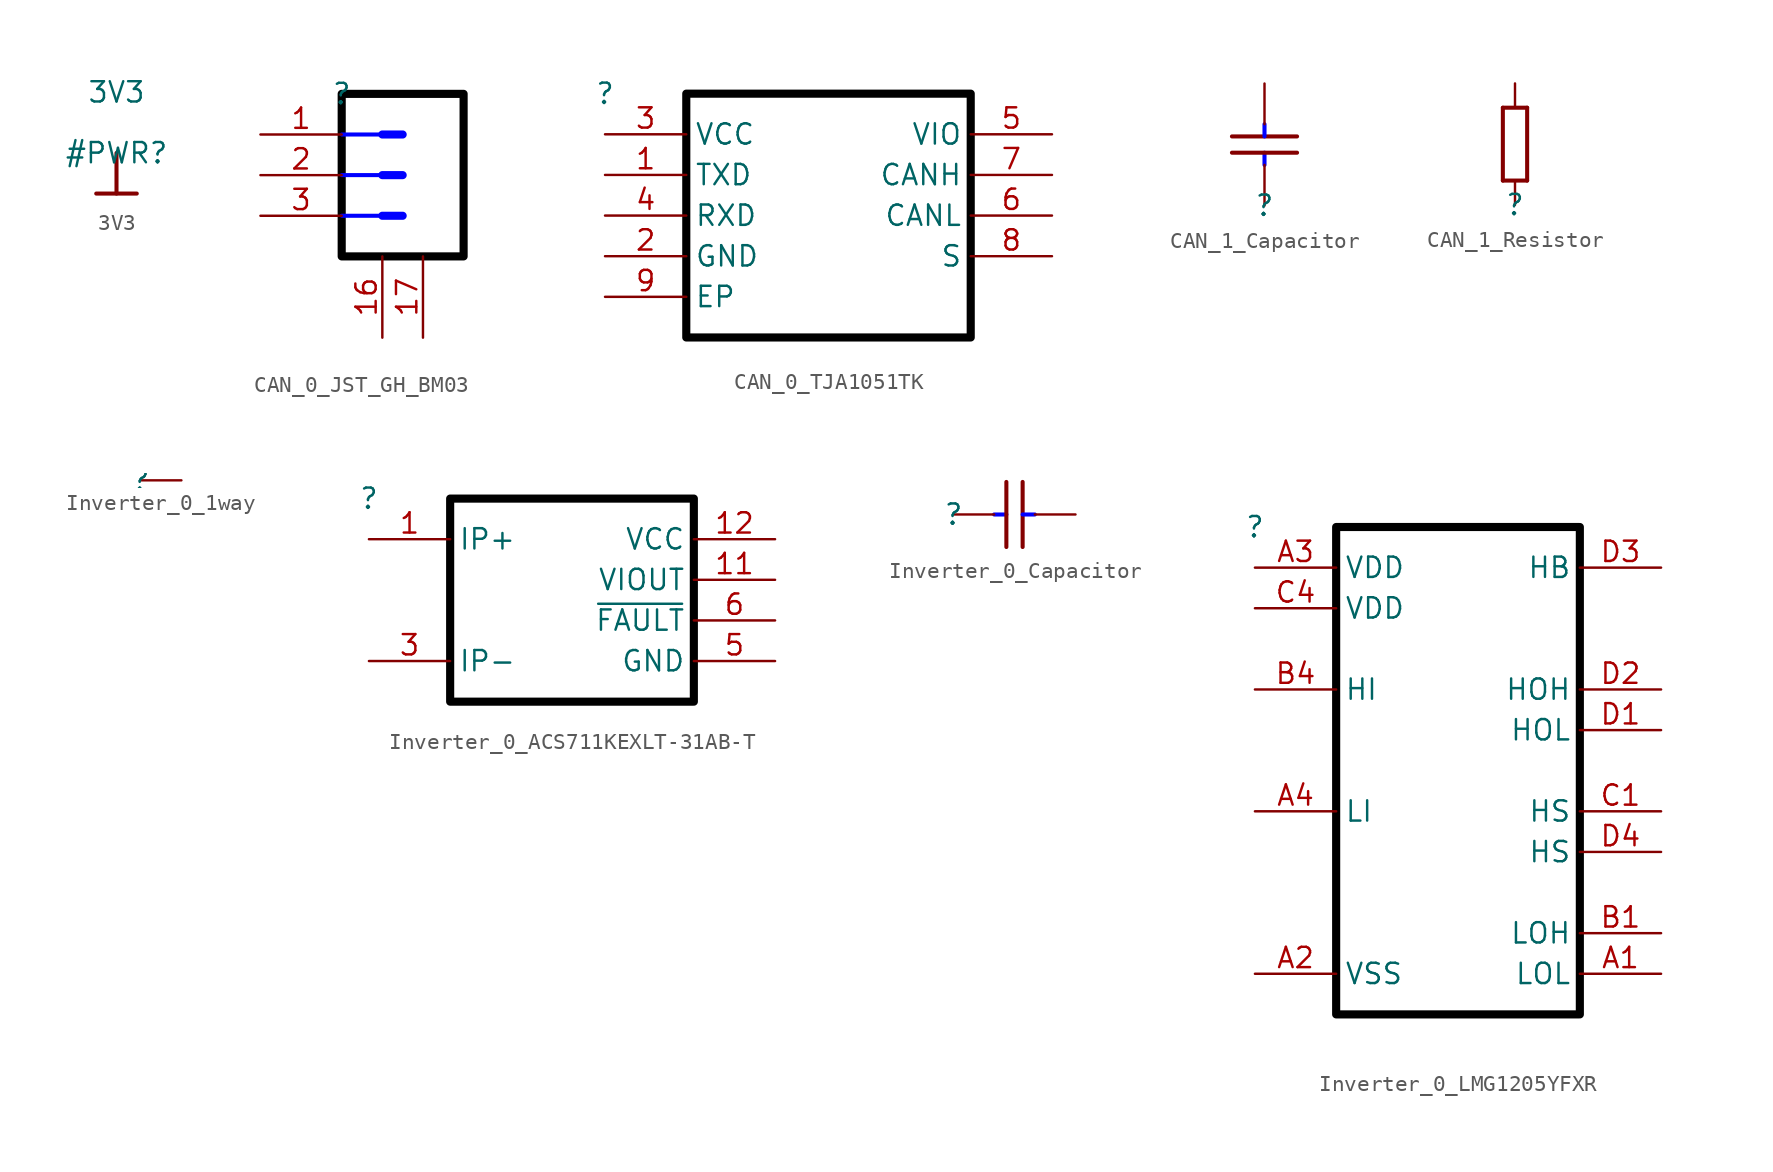
<source format=kicad_sym>
(kicad_symbol_lib
  (version 20220914)
  (generator kicad_symbol_editor)
  (symbol "3V3"
    (power)
    (property "Reference" "#PWR"
      (at 0 0 0)
      (effects (font (size 1.27 1.27))))
    (property "Value" "3V3"
      (at 0 3.81 0)
      (effects (font (size 1.27 1.27))))
    (symbol "3V3_0_0"
      (polyline (pts (xy -1.27 -2.54) (xy 1.27 -2.54)) (stroke (width 0.254) (type solid)) (fill (type none)))
      (polyline (pts (xy 0 0) (xy 0 -2.54)) (stroke (width 0.254) (type solid)) (fill (type none)))
      (pin power_in line (at 0 0 0) (length 0) hide (name "3V3" (effects (font (size 1.27 1.27)))) (number "" (effects (font (size 1.27 1.27)))))))
  (symbol "CAN_0_JST_GH_BM03"
    (property "Reference" ""
      (at 0 0 0)
      (effects (font (size 1.27 1.27))))
    (property "Value" ""
      (at 0 0 0)
      (effects (font (size 1.27 1.27))))
    (symbol "CAN_0_JST_GH_BM03_1_0"
      (polyline (pts (xy 0 -7.62) (xy 2.54 -7.62)) (stroke (width 0.254) (type solid) (color 0 0 255 1)) (fill (type none)))
      (polyline (pts (xy 0 -5.08) (xy 2.54 -5.08)) (stroke (width 0.254) (type solid) (color 0 0 255 1)) (fill (type none)))
      (polyline (pts (xy 0 -2.54) (xy 2.54 -2.54)) (stroke (width 0.254) (type solid) (color 0 0 255 1)) (fill (type none)))
      (polyline (pts (xy 3.81 -7.62) (xy 2.54 -7.62)) (stroke (width 0.508) (type solid) (color 0 0 255 1)) (fill (type none)))
      (polyline (pts (xy 3.81 -5.08) (xy 2.54 -5.08)) (stroke (width 0.508) (type solid) (color 0 0 255 1)) (fill (type none)))
      (polyline (pts (xy 3.81 -2.54) (xy 2.54 -2.54)) (stroke (width 0.508) (type solid) (color 0 0 255 1)) (fill (type none)))
      (polyline (pts (xy 0 0) (xy 0 -10.16) (xy 7.62 -10.16) (xy 7.62 0) (xy 0 0)) (stroke (width 0.508) (type solid) (color 0 0 0 1)) (fill (type none)))
      (pin passive line (at -5.08 -2.54 0) (length 5.08) (name "1" (effects (font (size 0 0)))) (number "1" (effects (font (size 1.27 1.27)))))
      (pin passive line (at 2.54 -15.24 90) (length 5.08) (name "16" (effects (font (size 0 0)))) (number "16" (effects (font (size 1.27 1.27)))))
      (pin passive line (at 5.08 -15.24 90) (length 5.08) (name "17" (effects (font (size 0 0)))) (number "17" (effects (font (size 1.27 1.27)))))
      (pin passive line (at -5.08 -5.08 0) (length 5.08) (name "2" (effects (font (size 0 0)))) (number "2" (effects (font (size 1.27 1.27)))))
      (pin passive line (at -5.08 -7.62 0) (length 5.08) (name "3" (effects (font (size 0 0)))) (number "3" (effects (font (size 1.27 1.27)))))))
  (symbol "CAN_0_TJA1051TK"
    (property "Reference" ""
      (at 0 0 0)
      (effects (font (size 1.27 1.27))))
    (property "Value" ""
      (at 0 0 0)
      (effects (font (size 1.27 1.27))))
    (symbol "CAN_0_TJA1051TK_1_0"
      (polyline (pts (xy 5.08 0) (xy 5.08 -15.24) (xy 22.86 -15.24) (xy 22.86 0) (xy 5.08 0)) (stroke (width 0.508) (type solid) (color 0 0 0 1)) (fill (type none)))
      (pin passive line (at 0 -5.08 0) (length 5.08) (name "TXD" (effects (font (size 1.27 1.27)))) (number "1" (effects (font (size 1.27 1.27)))))
      (pin passive line (at 0 -10.16 0) (length 5.08) (name "GND" (effects (font (size 1.27 1.27)))) (number "2" (effects (font (size 1.27 1.27)))))
      (pin passive line (at 0 -2.54 0) (length 5.08) (name "VCC" (effects (font (size 1.27 1.27)))) (number "3" (effects (font (size 1.27 1.27)))))
      (pin passive line (at 0 -7.62 0) (length 5.08) (name "RXD" (effects (font (size 1.27 1.27)))) (number "4" (effects (font (size 1.27 1.27)))))
      (pin passive line (at 27.94 -2.54 180) (length 5.08) (name "VIO" (effects (font (size 1.27 1.27)))) (number "5" (effects (font (size 1.27 1.27)))))
      (pin passive line (at 27.94 -7.62 180) (length 5.08) (name "CANL" (effects (font (size 1.27 1.27)))) (number "6" (effects (font (size 1.27 1.27)))))
      (pin passive line (at 27.94 -5.08 180) (length 5.08) (name "CANH" (effects (font (size 1.27 1.27)))) (number "7" (effects (font (size 1.27 1.27)))))
      (pin passive line (at 27.94 -10.16 180) (length 5.08) (name "S" (effects (font (size 1.27 1.27)))) (number "8" (effects (font (size 1.27 1.27)))))
      (pin passive line (at 0 -12.7 0) (length 5.08) (name "EP" (effects (font (size 1.27 1.27)))) (number "9" (effects (font (size 1.27 1.27)))))))
  (symbol "CAN_1_Capacitor"
    (property "Reference" ""
      (at 0 0 0)
      (effects (font (size 1.27 1.27))))
    (property "Value" ""
      (at 0 0 0)
      (effects (font (size 1.27 1.27))))
    (symbol "CAN_1_Capacitor_1_0"
      (polyline (pts (xy -2.032 4.318) (xy 2.032 4.318)) (stroke (width 0.254) (type solid)) (fill (type none)))
      (polyline (pts (xy 0 2.54) (xy 0 3.302)) (stroke (width 0.254) (type solid) (color 0 0 255 1)) (fill (type none)))
      (polyline (pts (xy 0 5.08) (xy 0 4.318)) (stroke (width 0.254) (type solid) (color 0 0 255 1)) (fill (type none)))
      (polyline (pts (xy 2.032 3.302) (xy -2.032 3.302)) (stroke (width 0.254) (type solid)) (fill (type none)))
      (pin passive line (at 0 0 90) (length 2.54) (name "1" (effects (font (size 0 0)))) (number "1" (effects (font (size 0 0)))))
      (pin passive line (at 0 7.62 270) (length 2.54) (name "2" (effects (font (size 0 0)))) (number "2" (effects (font (size 0 0)))))))
  (symbol "CAN_1_Resistor"
    (property "Reference" ""
      (at 0 0 0)
      (effects (font (size 1.27 1.27))))
    (property "Value" ""
      (at 0 0 0)
      (effects (font (size 1.27 1.27))))
    (symbol "CAN_1_Resistor_1_0"
      (polyline (pts (xy -0.762 1.524) (xy 0.762 1.524)) (stroke (width 0.254) (type solid)) (fill (type none)))
      (polyline (pts (xy -0.762 6.096) (xy -0.762 1.524)) (stroke (width 0.254) (type solid)) (fill (type none)))
      (polyline (pts (xy 0.762 1.524) (xy 0.762 6.096)) (stroke (width 0.254) (type solid)) (fill (type none)))
      (polyline (pts (xy 0.762 6.096) (xy -0.762 6.096)) (stroke (width 0.254) (type solid)) (fill (type none)))
      (pin passive line (at 0 0 90) (length 1.524) (name "1" (effects (font (size 0 0)))) (number "1" (effects (font (size 0 0)))))
      (pin passive line (at 0 7.62 270) (length 1.524) (name "2" (effects (font (size 0 0)))) (number "2" (effects (font (size 0 0)))))))
  (symbol "Inverter_0_1way"
    (property "Reference" ""
      (at 0 0 0)
      (effects (font (size 1.27 1.27))))
    (property "Value" ""
      (at 0 0 0)
      (effects (font (size 1.27 1.27))))
    (symbol "Inverter_0_1way_1_0"
      (pin passive line (at 2.54 0 180) (length 2.54) (name "1" (effects (font (size 0 0)))) (number "1" (effects (font (size 0 0)))))))
  (symbol "Inverter_0_ACS711KEXLT-31AB-T"
    (property "Reference" ""
      (at 0 0 0)
      (effects (font (size 1.27 1.27))))
    (property "Value" ""
      (at 0 0 0)
      (effects (font (size 1.27 1.27))))
    (symbol "Inverter_0_ACS711KEXLT-31AB-T_1_0"
      (polyline (pts (xy 20.32 0) (xy 5.08 0) (xy 5.08 -12.7) (xy 20.32 -12.7) (xy 20.32 0)) (stroke (width 0.508) (type solid) (color 0 0 0 1)) (fill (type none)))
      (pin passive line (at 0 -2.54 0) (length 5.08) (name "IP+" (effects (font (size 1.27 1.27)))) (number "1" (effects (font (size 1.27 1.27)))))
      (pin output line (at 25.4 -5.08 180) (length 5.08) (name "VIOUT" (effects (font (size 1.27 1.27)))) (number "11" (effects (font (size 1.27 1.27)))))
      (pin power_in line (at 25.4 -2.54 180) (length 5.08) (name "VCC" (effects (font (size 1.27 1.27)))) (number "12" (effects (font (size 1.27 1.27)))))
      (pin passive line (at 0 -10.16 0) (length 5.08) (name "IP-" (effects (font (size 1.27 1.27)))) (number "3" (effects (font (size 1.27 1.27)))))
      (pin power_in line (at 25.4 -10.16 180) (length 5.08) (name "GND" (effects (font (size 1.27 1.27)))) (number "5" (effects (font (size 1.27 1.27)))))
      (pin open_collector line (at 25.4 -7.62 180) (length 5.08) (name "~{FAULT}" (effects (font (size 1.27 1.27)))) (number "6" (effects (font (size 1.27 1.27)))))))
  (symbol "Inverter_0_Capacitor"
    (property "Reference" ""
      (at 0 0 0)
      (effects (font (size 1.27 1.27))))
    (property "Value" ""
      (at 0 0 0)
      (effects (font (size 1.27 1.27))))
    (symbol "Inverter_0_Capacitor_1_0"
      (polyline (pts (xy 2.54 0) (xy 3.302 0)) (stroke (width 0.254) (type solid) (color 0 0 255 1)) (fill (type none)))
      (polyline (pts (xy 3.302 -2.032) (xy 3.302 2.032)) (stroke (width 0.254) (type solid)) (fill (type none)))
      (polyline (pts (xy 4.318 2.032) (xy 4.318 -2.032)) (stroke (width 0.254) (type solid)) (fill (type none)))
      (polyline (pts (xy 5.08 0) (xy 4.318 0)) (stroke (width 0.254) (type solid) (color 0 0 255 1)) (fill (type none)))
      (pin passive line (at 0 0 0) (length 2.54) (name "1" (effects (font (size 0 0)))) (number "1" (effects (font (size 0 0)))))
      (pin passive line (at 7.62 0 180) (length 2.54) (name "2" (effects (font (size 0 0)))) (number "2" (effects (font (size 0 0)))))))
  (symbol "Inverter_0_LMG1205YFXR"
    (property "Reference" ""
      (at 0 0 0)
      (effects (font (size 1.27 1.27))))
    (property "Value" ""
      (at 0 0 0)
      (effects (font (size 1.27 1.27))))
    (symbol "Inverter_0_LMG1205YFXR_1_0"
      (polyline (pts (xy 5.08 0) (xy 5.08 -30.48) (xy 20.32 -30.48) (xy 20.32 0) (xy 5.08 0)) (stroke (width 0.508) (type solid) (color 0 0 0 1)) (fill (type none)))
      (pin passive line (at 25.4 -27.94 180) (length 5.08) (name "LOL" (effects (font (size 1.27 1.27)))) (number "A1" (effects (font (size 1.27 1.27)))))
      (pin power_in line (at 0 -27.94 0) (length 5.08) (name "VSS" (effects (font (size 1.27 1.27)))) (number "A2" (effects (font (size 1.27 1.27)))))
      (pin power_in line (at 0 -2.54 0) (length 5.08) (name "VDD" (effects (font (size 1.27 1.27)))) (number "A3" (effects (font (size 1.27 1.27)))))
      (pin input line (at 0 -17.78 0) (length 5.08) (name "LI" (effects (font (size 1.27 1.27)))) (number "A4" (effects (font (size 1.27 1.27)))))
      (pin passive line (at 25.4 -25.4 180) (length 5.08) (name "LOH" (effects (font (size 1.27 1.27)))) (number "B1" (effects (font (size 1.27 1.27)))))
      (pin input line (at 0 -10.16 0) (length 5.08) (name "HI" (effects (font (size 1.27 1.27)))) (number "B4" (effects (font (size 1.27 1.27)))))
      (pin passive line (at 25.4 -17.78 180) (length 5.08) (name "HS" (effects (font (size 1.27 1.27)))) (number "C1" (effects (font (size 1.27 1.27)))))
      (pin power_in line (at 0 -5.08 0) (length 5.08) (name "VDD" (effects (font (size 1.27 1.27)))) (number "C4" (effects (font (size 1.27 1.27)))))
      (pin passive line (at 25.4 -12.7 180) (length 5.08) (name "HOL" (effects (font (size 1.27 1.27)))) (number "D1" (effects (font (size 1.27 1.27)))))
      (pin passive line (at 25.4 -10.16 180) (length 5.08) (name "HOH" (effects (font (size 1.27 1.27)))) (number "D2" (effects (font (size 1.27 1.27)))))
      (pin passive line (at 25.4 -2.54 180) (length 5.08) (name "HB" (effects (font (size 1.27 1.27)))) (number "D3" (effects (font (size 1.27 1.27)))))
      (pin passive line (at 25.4 -20.32 180) (length 5.08) (name "HS" (effects (font (size 1.27 1.27)))) (number "D4" (effects (font (size 1.27 1.27))))))))
</source>
